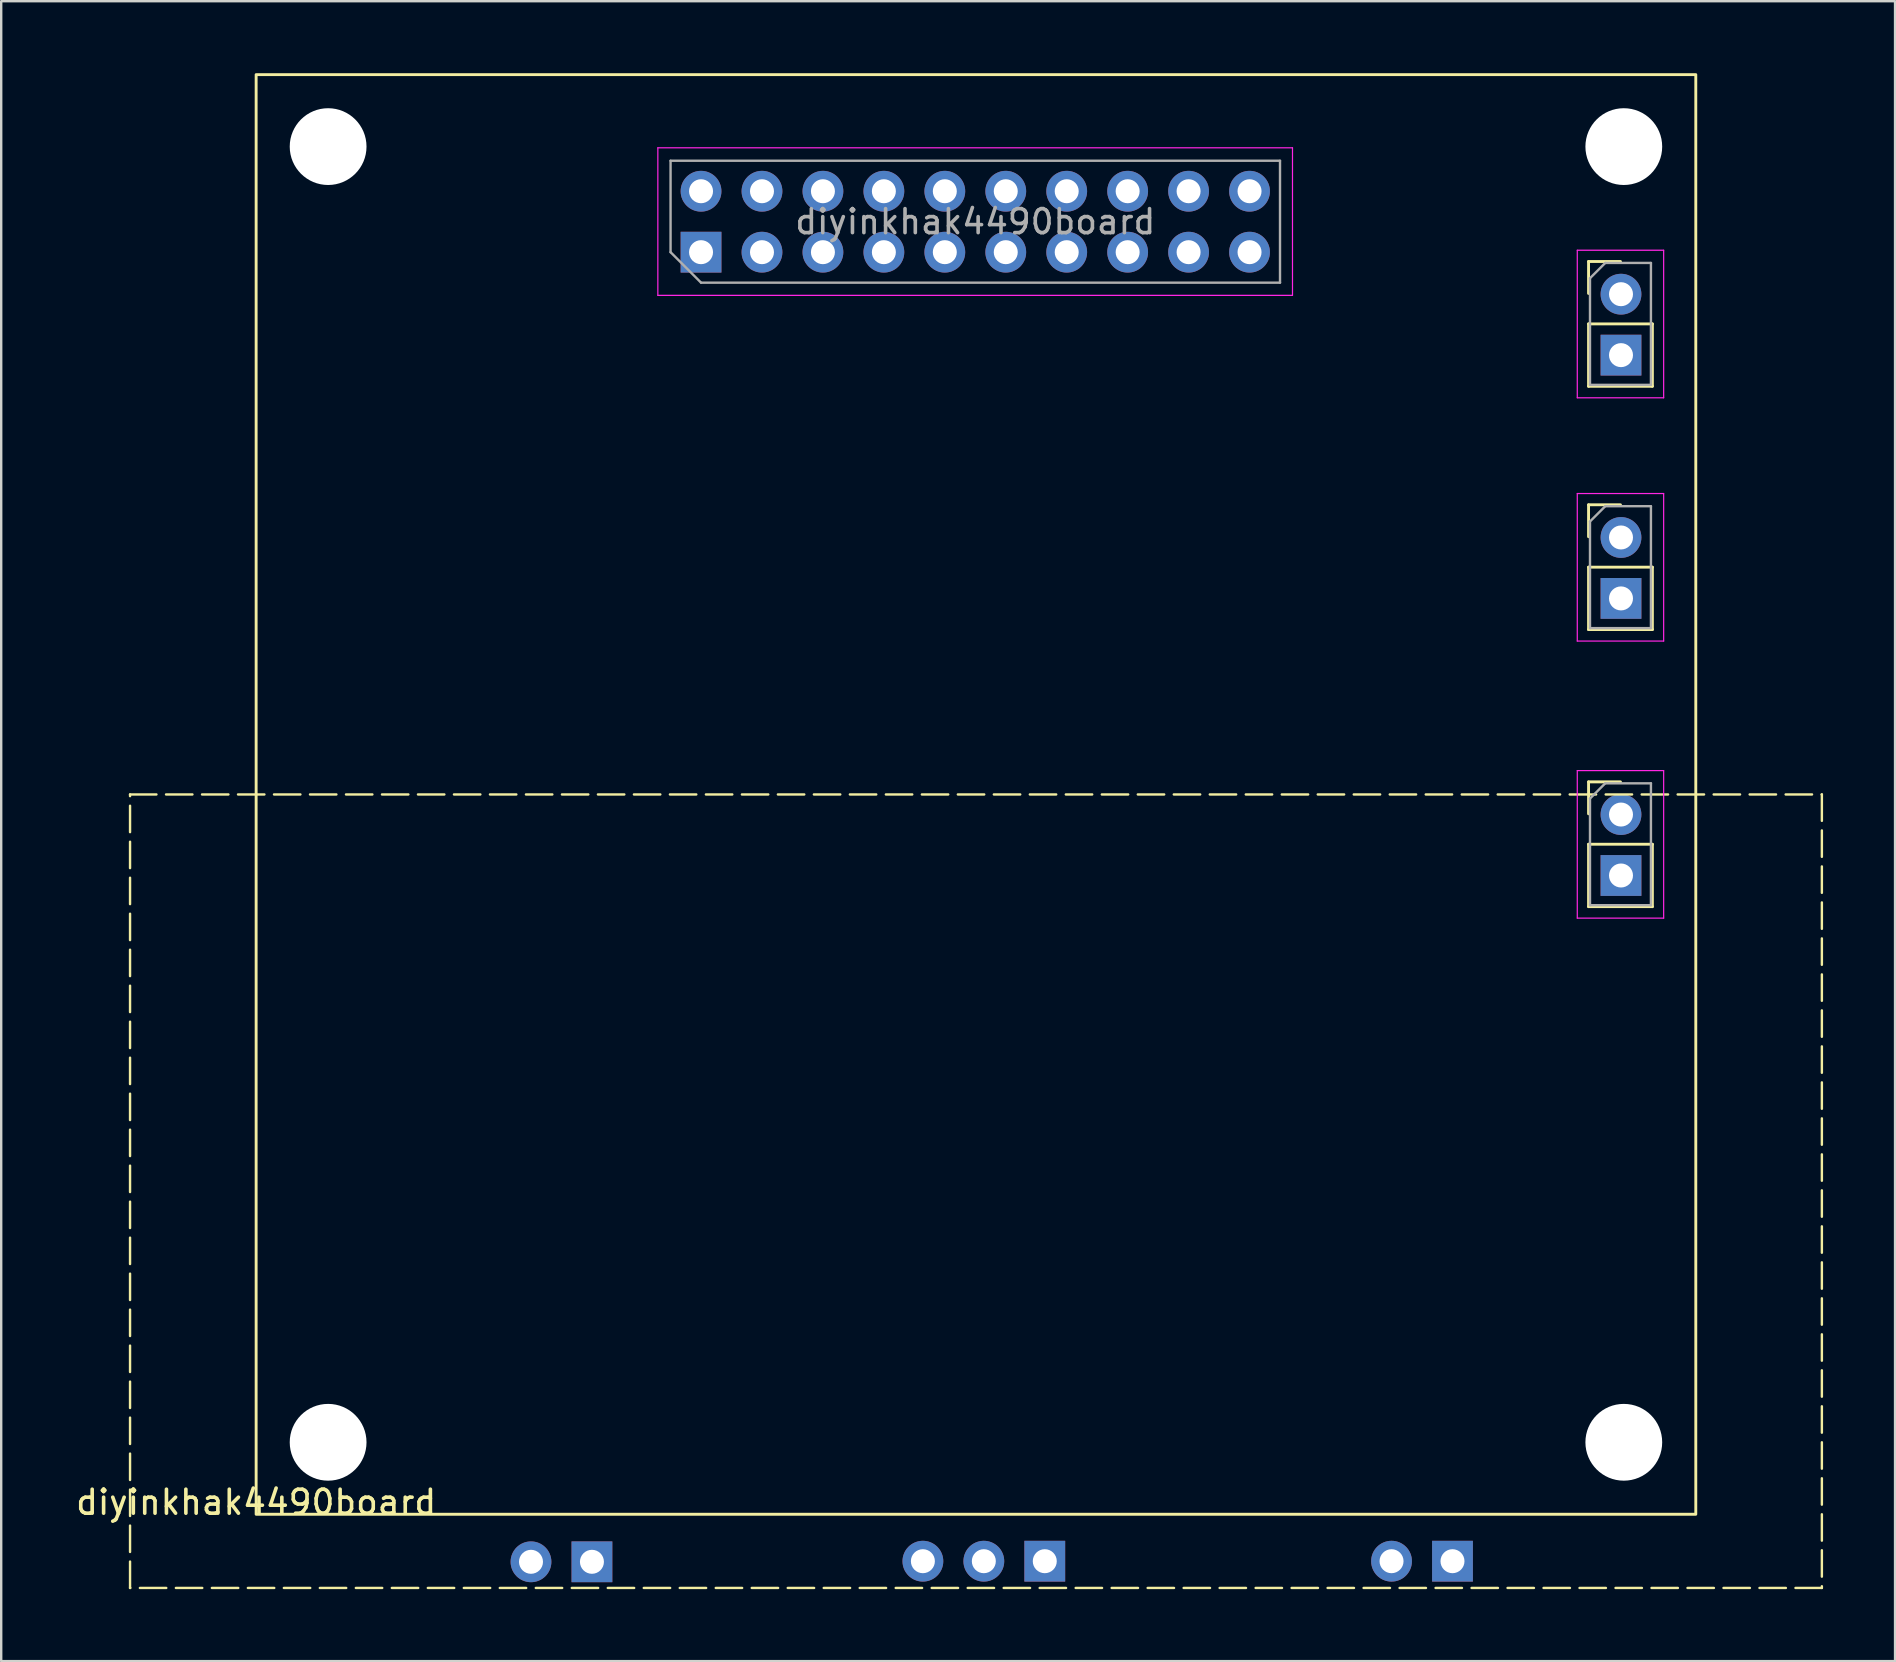
<source format=kicad_pcb>
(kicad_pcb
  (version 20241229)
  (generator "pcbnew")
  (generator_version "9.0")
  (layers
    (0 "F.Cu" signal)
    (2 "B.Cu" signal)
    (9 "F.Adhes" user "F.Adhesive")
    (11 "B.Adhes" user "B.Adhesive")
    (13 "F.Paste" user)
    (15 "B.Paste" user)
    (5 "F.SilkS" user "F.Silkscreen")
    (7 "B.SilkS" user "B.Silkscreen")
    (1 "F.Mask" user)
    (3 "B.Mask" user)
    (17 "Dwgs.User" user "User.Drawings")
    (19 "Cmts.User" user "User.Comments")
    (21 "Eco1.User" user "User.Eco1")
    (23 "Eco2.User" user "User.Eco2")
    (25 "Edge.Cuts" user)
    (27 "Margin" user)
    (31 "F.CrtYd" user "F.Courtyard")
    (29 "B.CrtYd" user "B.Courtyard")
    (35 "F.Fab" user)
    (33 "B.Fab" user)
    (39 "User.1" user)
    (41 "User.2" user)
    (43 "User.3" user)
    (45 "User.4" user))
  (footprint "diyinkhak4490board"
    (layer "F.Cu")
    (at 7.625 60.06)
    (property "Reference" "diyinkhak4490board" (at 0 -0.5 0) (unlocked yes) (layer "F.SilkS") (effects (font (size 1 1) (thickness 0.15))))
    (attr through_hole)
    (fp_line (start 55.531 -52.211) (end 56.861 -52.211) (stroke (width 0.12) (type solid)) (layer "F.SilkS"))
    (fp_line (start 55.531 -50.881) (end 55.531 -52.211) (stroke (width 0.12) (type solid)) (layer "F.SilkS"))
    (fp_line (start 55.531 -49.611) (end 55.531 -47.011) (stroke (width 0.12) (type solid)) (layer "F.SilkS"))
    (fp_line (start 55.531 -49.611) (end 58.191 -49.611) (stroke (width 0.12) (type solid)) (layer "F.SilkS"))
    (fp_line (start 55.531 -47.011) (end 58.191 -47.011) (stroke (width 0.12) (type solid)) (layer "F.SilkS"))
    (fp_line (start 55.531 -42.072) (end 56.861 -42.072) (stroke (width 0.12) (type solid)) (layer "F.SilkS"))
    (fp_line (start 55.531 -40.742) (end 55.531 -42.072) (stroke (width 0.12) (type solid)) (layer "F.SilkS"))
    (fp_line (start 55.531 -39.472) (end 55.531 -36.872) (stroke (width 0.12) (type solid)) (layer "F.SilkS"))
    (fp_line (start 55.531 -39.472) (end 58.191 -39.472) (stroke (width 0.12) (type solid)) (layer "F.SilkS"))
    (fp_line (start 55.531 -36.872) (end 58.191 -36.872) (stroke (width 0.12) (type solid)) (layer "F.SilkS"))
    (fp_line (start 55.531 -30.524) (end 56.861 -30.524) (stroke (width 0.12) (type solid)) (layer "F.SilkS"))
    (fp_line (start 55.531 -29.194) (end 55.531 -30.524) (stroke (width 0.12) (type solid)) (layer "F.SilkS"))
    (fp_line (start 55.531 -27.924) (end 55.531 -25.324) (stroke (width 0.12) (type solid)) (layer "F.SilkS"))
    (fp_line (start 55.531 -27.924) (end 58.191 -27.924) (stroke (width 0.12) (type solid)) (layer "F.SilkS"))
    (fp_line (start 55.531 -25.324) (end 58.191 -25.324) (stroke (width 0.12) (type solid)) (layer "F.SilkS"))
    (fp_line (start 58.191 -49.611) (end 58.191 -47.011) (stroke (width 0.12) (type solid)) (layer "F.SilkS"))
    (fp_line (start 58.191 -39.472) (end 58.191 -36.872) (stroke (width 0.12) (type solid)) (layer "F.SilkS"))
    (fp_line (start 58.191 -27.924) (end 58.191 -25.324) (stroke (width 0.12) (type solid)) (layer "F.SilkS"))
    (fp_rect (start -5.255 -30) (end 65.255 3.071) (stroke (width 0.1) (type dash)) (fill no) (layer "F.SilkS"))
    (fp_rect (start 0 -60) (end 60 0) (stroke (width 0.12) (type solid)) (fill no) (layer "F.SilkS"))
    (fp_line (start 16.742 -56.95) (end 16.742 -50.8) (stroke (width 0.05) (type solid)) (layer "F.CrtYd"))
    (fp_line (start 16.742 -50.8) (end 43.192 -50.8) (stroke (width 0.05) (type solid)) (layer "F.CrtYd"))
    (fp_line (start 43.192 -56.95) (end 16.742 -56.95) (stroke (width 0.05) (type solid)) (layer "F.CrtYd"))
    (fp_line (start 43.192 -50.8) (end 43.192 -56.95) (stroke (width 0.05) (type solid)) (layer "F.CrtYd"))
    (fp_line (start 55.061 -52.681) (end 55.061 -46.531) (stroke (width 0.05) (type solid)) (layer "F.CrtYd"))
    (fp_line (start 55.061 -46.531) (end 58.661 -46.531) (stroke (width 0.05) (type solid)) (layer "F.CrtYd"))
    (fp_line (start 55.061 -42.542) (end 55.061 -36.392) (stroke (width 0.05) (type solid)) (layer "F.CrtYd"))
    (fp_line (start 55.061 -36.392) (end 58.661 -36.392) (stroke (width 0.05) (type solid)) (layer "F.CrtYd"))
    (fp_line (start 55.061 -30.994) (end 55.061 -24.844) (stroke (width 0.05) (type solid)) (layer "F.CrtYd"))
    (fp_line (start 55.061 -24.844) (end 58.661 -24.844) (stroke (width 0.05) (type solid)) (layer "F.CrtYd"))
    (fp_line (start 58.661 -52.681) (end 55.061 -52.681) (stroke (width 0.05) (type solid)) (layer "F.CrtYd"))
    (fp_line (start 58.661 -46.531) (end 58.661 -52.681) (stroke (width 0.05) (type solid)) (layer "F.CrtYd"))
    (fp_line (start 58.661 -42.542) (end 55.061 -42.542) (stroke (width 0.05) (type solid)) (layer "F.CrtYd"))
    (fp_line (start 58.661 -36.392) (end 58.661 -42.542) (stroke (width 0.05) (type solid)) (layer "F.CrtYd"))
    (fp_line (start 58.661 -30.994) (end 55.061 -30.994) (stroke (width 0.05) (type solid)) (layer "F.CrtYd"))
    (fp_line (start 58.661 -24.844) (end 58.661 -30.994) (stroke (width 0.05) (type solid)) (layer "F.CrtYd"))
    (fp_line (start 17.272 -56.41) (end 42.672 -56.41) (stroke (width 0.1) (type solid)) (layer "F.Fab"))
    (fp_line (start 17.272 -52.6) (end 17.272 -56.41) (stroke (width 0.1) (type solid)) (layer "F.Fab"))
    (fp_line (start 18.542 -51.33) (end 17.272 -52.6) (stroke (width 0.1) (type solid)) (layer "F.Fab"))
    (fp_line (start 42.672 -56.41) (end 42.672 -51.33) (stroke (width 0.1) (type solid)) (layer "F.Fab"))
    (fp_line (start 42.672 -51.33) (end 18.542 -51.33) (stroke (width 0.1) (type solid)) (layer "F.Fab"))
    (fp_line (start 55.591 -51.516) (end 56.226 -52.151) (stroke (width 0.1) (type solid)) (layer "F.Fab"))
    (fp_line (start 55.591 -47.071) (end 55.591 -51.516) (stroke (width 0.1) (type solid)) (layer "F.Fab"))
    (fp_line (start 55.591 -41.377) (end 56.226 -42.012) (stroke (width 0.1) (type solid)) (layer "F.Fab"))
    (fp_line (start 55.591 -36.932) (end 55.591 -41.377) (stroke (width 0.1) (type solid)) (layer "F.Fab"))
    (fp_line (start 55.591 -29.829) (end 56.226 -30.464) (stroke (width 0.1) (type solid)) (layer "F.Fab"))
    (fp_line (start 55.591 -25.384) (end 55.591 -29.829) (stroke (width 0.1) (type solid)) (layer "F.Fab"))
    (fp_line (start 56.226 -52.151) (end 58.131 -52.151) (stroke (width 0.1) (type solid)) (layer "F.Fab"))
    (fp_line (start 56.226 -42.012) (end 58.131 -42.012) (stroke (width 0.1) (type solid)) (layer "F.Fab"))
    (fp_line (start 56.226 -30.464) (end 58.131 -30.464) (stroke (width 0.1) (type solid)) (layer "F.Fab"))
    (fp_line (start 58.131 -52.151) (end 58.131 -47.071) (stroke (width 0.1) (type solid)) (layer "F.Fab"))
    (fp_line (start 58.131 -47.071) (end 55.591 -47.071) (stroke (width 0.1) (type solid)) (layer "F.Fab"))
    (fp_line (start 58.131 -42.012) (end 58.131 -36.932) (stroke (width 0.1) (type solid)) (layer "F.Fab"))
    (fp_line (start 58.131 -36.932) (end 55.591 -36.932) (stroke (width 0.1) (type solid)) (layer "F.Fab"))
    (fp_line (start 58.131 -30.464) (end 58.131 -25.384) (stroke (width 0.1) (type solid)) (layer "F.Fab"))
    (fp_line (start 58.131 -25.384) (end 55.591 -25.384) (stroke (width 0.1) (type solid)) (layer "F.Fab"))
    (fp_text user "${REFERENCE}" (at 29.972 -53.87 180) (layer "F.Fab") (effects (font (size 1 1) (thickness 0.15))))
    (pad "" np_thru_hole circle (at 3 -57) (size 3.2 3.2) (drill 3.2) (layers "*.Cu" "*.Mask"))
    (pad "" np_thru_hole circle (at 3 -3) (size 3.2 3.2) (drill 3.2) (layers "*.Cu" "*.Mask"))
    (pad "" np_thru_hole circle (at 57 -57) (size 3.2 3.2) (drill 3.2) (layers "*.Cu" "*.Mask"))
    (pad "" np_thru_hole circle (at 57 -3) (size 3.2 3.2) (drill 3.2) (layers "*.Cu" "*.Mask"))
    (pad "1" thru_hole rect (at 18.542 -52.6 90) (size 1.7 1.7) (drill 1) (layers "*.Cu" "*.Mask"))
    (pad "2" thru_hole oval (at 18.542 -55.14 90) (size 1.7 1.7) (drill 1) (layers "*.Cu" "*.Mask"))
    (pad "3" thru_hole oval (at 21.082 -52.6 90) (size 1.7 1.7) (drill 1) (layers "*.Cu" "*.Mask"))
    (pad "4" thru_hole oval (at 21.082 -55.14 90) (size 1.7 1.7) (drill 1) (layers "*.Cu" "*.Mask"))
    (pad "5" thru_hole oval (at 23.622 -52.6 90) (size 1.7 1.7) (drill 1) (layers "*.Cu" "*.Mask"))
    (pad "6" thru_hole oval (at 23.622 -55.14 90) (size 1.7 1.7) (drill 1) (layers "*.Cu" "*.Mask"))
    (pad "7" thru_hole oval (at 26.162 -52.6 90) (size 1.7 1.7) (drill 1) (layers "*.Cu" "*.Mask"))
    (pad "8" thru_hole oval (at 26.162 -55.14 90) (size 1.7 1.7) (drill 1) (layers "*.Cu" "*.Mask"))
    (pad "9" thru_hole oval (at 28.702 -52.6 90) (size 1.7 1.7) (drill 1) (layers "*.Cu" "*.Mask"))
    (pad "10" thru_hole oval (at 28.702 -55.14 90) (size 1.7 1.7) (drill 1) (layers "*.Cu" "*.Mask"))
    (pad "11" thru_hole oval (at 31.242 -52.6 90) (size 1.7 1.7) (drill 1) (layers "*.Cu" "*.Mask"))
    (pad "12" thru_hole oval (at 31.242 -55.14 90) (size 1.7 1.7) (drill 1) (layers "*.Cu" "*.Mask"))
    (pad "13" thru_hole oval (at 33.782 -52.6 90) (size 1.7 1.7) (drill 1) (layers "*.Cu" "*.Mask"))
    (pad "14" thru_hole oval (at 33.782 -55.14 90) (size 1.7 1.7) (drill 1) (layers "*.Cu" "*.Mask"))
    (pad "15" thru_hole oval (at 36.322 -52.6 90) (size 1.7 1.7) (drill 1) (layers "*.Cu" "*.Mask"))
    (pad "16" thru_hole oval (at 36.322 -55.14 90) (size 1.7 1.7) (drill 1) (layers "*.Cu" "*.Mask"))
    (pad "17" thru_hole oval (at 38.862 -52.6 90) (size 1.7 1.7) (drill 1) (layers "*.Cu" "*.Mask"))
    (pad "18" thru_hole oval (at 38.862 -55.14 90) (size 1.7 1.7) (drill 1) (layers "*.Cu" "*.Mask"))
    (pad "19" thru_hole oval (at 41.402 -52.6 90) (size 1.7 1.7) (drill 1) (layers "*.Cu" "*.Mask"))
    (pad "20" thru_hole oval (at 41.402 -55.14 90) (size 1.7 1.7) (drill 1) (layers "*.Cu" "*.Mask"))
    (pad "21" thru_hole oval (at 56.883 -50.849 180) (size 1.7 1.7) (drill 1) (layers "*.Cu" "*.Mask"))
    (pad "22" thru_hole rect (at 56.883 -48.309 180) (size 1.7 1.7) (drill 1) (layers "*.Cu" "*.Mask"))
    (pad "23" thru_hole oval (at 56.883 -40.71 180) (size 1.7 1.7) (drill 1) (layers "*.Cu" "*.Mask"))
    (pad "24" thru_hole rect (at 56.883 -38.17 180) (size 1.7 1.7) (drill 1) (layers "*.Cu" "*.Mask"))
    (pad "25" thru_hole oval (at 56.883 -29.162 180) (size 1.7 1.7) (drill 1) (layers "*.Cu" "*.Mask"))
    (pad "26" thru_hole rect (at 56.883 -26.622 180) (size 1.7 1.7) (drill 1) (layers "*.Cu" "*.Mask"))
    (pad "27" thru_hole rect (at 49.86 1.956 270) (size 1.7 1.7) (drill 1) (layers "*.Cu" "*.Mask"))
    (pad "28" thru_hole oval (at 47.32 1.956 270) (size 1.7 1.7) (drill 1) (layers "*.Cu" "*.Mask"))
    (pad "29" thru_hole rect (at 32.868 1.956 270) (size 1.7 1.7) (drill 1) (layers "*.Cu" "*.Mask"))
    (pad "30" thru_hole oval (at 30.328 1.956 270) (size 1.7 1.7) (drill 1) (layers "*.Cu" "*.Mask"))
    (pad "31" thru_hole oval (at 27.788 1.956 270) (size 1.7 1.7) (drill 1) (layers "*.Cu" "*.Mask"))
    (pad "32" thru_hole rect (at 13.995 1.981 270) (size 1.7 1.7) (drill 1) (layers "*.Cu" "*.Mask"))
    (pad "33" thru_hole oval (at 11.455 1.981 270) (size 1.7 1.7) (drill 1) (layers "*.Cu" "*.Mask")))
  (gr_rect
    (start -3 -3)
    (end 75.93 66.181)
    (stroke (width 0.1) (type default))
    (fill no)
    (layer "Edge.Cuts")))
</source>
